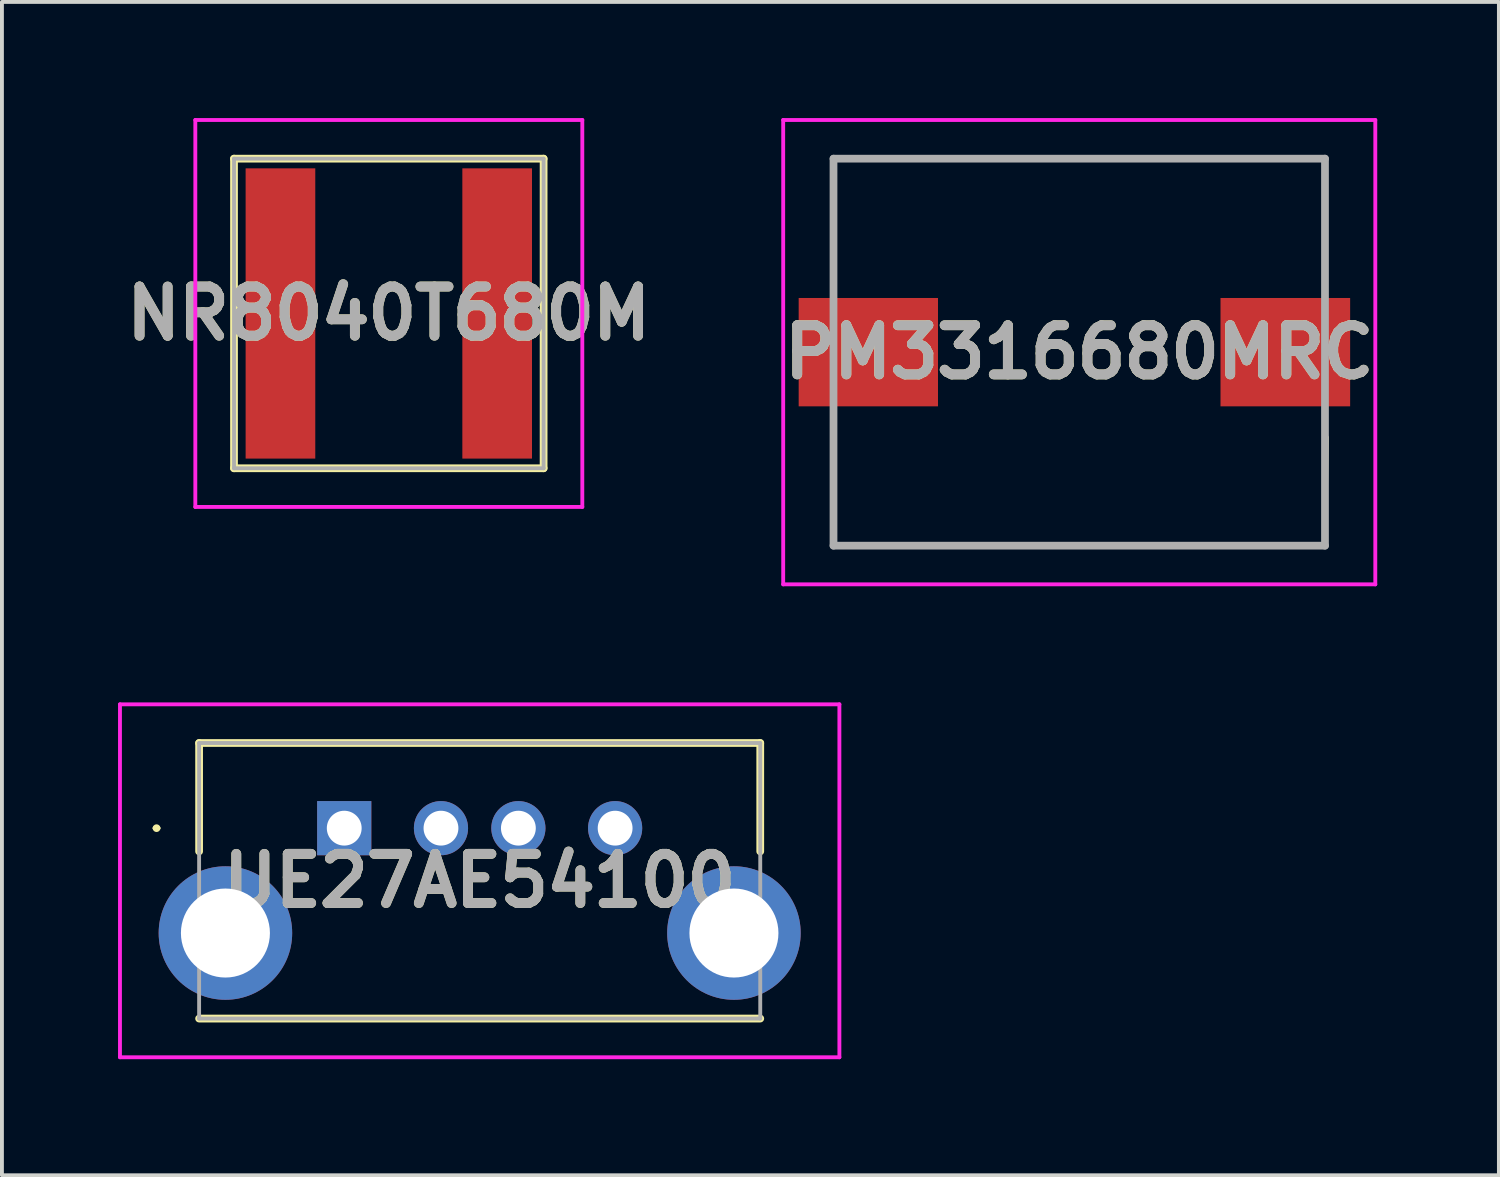
<source format=kicad_pcb>
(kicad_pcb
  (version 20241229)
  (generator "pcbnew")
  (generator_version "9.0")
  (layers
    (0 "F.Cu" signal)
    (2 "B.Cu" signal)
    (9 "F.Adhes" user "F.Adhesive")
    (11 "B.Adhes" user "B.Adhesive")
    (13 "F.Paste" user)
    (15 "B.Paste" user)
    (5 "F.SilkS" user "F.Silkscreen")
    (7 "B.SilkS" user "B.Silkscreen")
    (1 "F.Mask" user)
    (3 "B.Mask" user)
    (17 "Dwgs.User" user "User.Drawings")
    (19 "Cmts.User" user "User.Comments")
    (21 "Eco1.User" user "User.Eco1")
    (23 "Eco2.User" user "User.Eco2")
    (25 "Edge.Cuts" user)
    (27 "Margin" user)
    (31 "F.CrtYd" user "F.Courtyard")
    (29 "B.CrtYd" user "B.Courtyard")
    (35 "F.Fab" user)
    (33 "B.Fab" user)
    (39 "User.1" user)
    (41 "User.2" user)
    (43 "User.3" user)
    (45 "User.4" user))
  (footprint "UE27AE54100"
    (layer "F.Cu")
    (at 5.845 18.35)
    (property "Reference" "UE27AE54100" (at 3.5 1.36 0) (layer "F.SilkS") (effects (font (size 1.27 1.27) (thickness 0.254))))
    (attr through_hole)
    (fp_line (start -4.9 0) (end -4.9 0) (stroke (width 0.1) (type solid)) (layer "F.SilkS"))
    (fp_line (start -4.8 0) (end -4.8 0) (stroke (width 0.1) (type solid)) (layer "F.SilkS"))
    (fp_line (start -3.75 -2.2) (end 10.75 -2.2) (stroke (width 0.2) (type solid)) (layer "F.SilkS"))
    (fp_line (start -3.75 0.6) (end -3.75 -2.2) (stroke (width 0.2) (type solid)) (layer "F.SilkS"))
    (fp_line (start -3.75 4.92) (end 10.75 4.92) (stroke (width 0.2) (type solid)) (layer "F.SilkS"))
    (fp_line (start 10.75 -2.2) (end 10.75 0.6) (stroke (width 0.2) (type solid)) (layer "F.SilkS"))
    (fp_arc (start -4.9 0) (mid -4.85 -0.05) (end -4.8 0) (stroke (width 0.1) (type solid)) (layer "F.SilkS"))
    (fp_arc (start -4.8 0) (mid -4.85 0.05) (end -4.9 0) (stroke (width 0.1) (type solid)) (layer "F.SilkS"))
    (fp_line (start -5.795 -3.2) (end 12.795 -3.2) (stroke (width 0.1) (type solid)) (layer "F.CrtYd"))
    (fp_line (start -5.795 5.92) (end -5.795 -3.2) (stroke (width 0.1) (type solid)) (layer "F.CrtYd"))
    (fp_line (start 12.795 -3.2) (end 12.795 5.92) (stroke (width 0.1) (type solid)) (layer "F.CrtYd"))
    (fp_line (start 12.795 5.92) (end -5.795 5.92) (stroke (width 0.1) (type solid)) (layer "F.CrtYd"))
    (fp_line (start -3.75 -2.2) (end 10.75 -2.2) (stroke (width 0.1) (type solid)) (layer "F.Fab"))
    (fp_line (start -3.75 4.92) (end -3.75 -2.2) (stroke (width 0.1) (type solid)) (layer "F.Fab"))
    (fp_line (start 10.75 -2.2) (end 10.75 4.92) (stroke (width 0.1) (type solid)) (layer "F.Fab"))
    (fp_line (start 10.75 4.92) (end -3.75 4.92) (stroke (width 0.1) (type solid)) (layer "F.Fab"))
    (fp_text user "${REFERENCE}" (at 3.5 1.36 0) (layer "F.Fab") (effects (font (size 1.27 1.27) (thickness 0.254))))
    (pad "1" thru_hole rect (at 0 0) (size 1.4 1.4) (drill 0.9) (layers "*.Cu" "*.Mask"))
    (pad "2" thru_hole circle (at 2.5 0) (size 1.4 1.4) (drill 0.9) (layers "*.Cu" "*.Mask"))
    (pad "3" thru_hole circle (at 4.5 0) (size 1.4 1.4) (drill 0.9) (layers "*.Cu" "*.Mask"))
    (pad "4" thru_hole circle (at 7 0) (size 1.4 1.4) (drill 0.9) (layers "*.Cu" "*.Mask"))
    (pad "MH1" thru_hole circle (at -3.07 2.71) (size 3.45 3.45) (drill 2.3) (layers "*.Cu" "*.Mask"))
    (pad "MH2" thru_hole circle (at 10.07 2.71) (size 3.45 3.45) (drill 2.3) (layers "*.Cu" "*.Mask")))
  (footprint "PM3316680MRC"
    (layer "F.Cu")
    (at 24.838 6.05)
    (property "Reference" "PM3316680MRC" (at 0 0 0) (layer "F.SilkS") (effects (font (size 1.27 1.27) (thickness 0.254))))
    (attr smd)
    (fp_line (start -6.35 -5) (end 6.35 -5) (stroke (width 0.1) (type solid)) (layer "F.SilkS"))
    (fp_line (start -6.35 -2) (end -6.35 -5) (stroke (width 0.1) (type solid)) (layer "F.SilkS"))
    (fp_line (start -6.35 2) (end -6.35 5) (stroke (width 0.1) (type solid)) (layer "F.SilkS"))
    (fp_line (start -6.35 5) (end 6.35 5) (stroke (width 0.1) (type solid)) (layer "F.SilkS"))
    (fp_line (start 6.35 -5) (end 6.35 -2) (stroke (width 0.1) (type solid)) (layer "F.SilkS"))
    (fp_line (start 6.35 5) (end 6.4 2.2) (stroke (width 0.1) (type solid)) (layer "F.SilkS"))
    (fp_line (start -7.65 -6) (end 7.65 -6) (stroke (width 0.1) (type solid)) (layer "F.CrtYd"))
    (fp_line (start -7.65 6) (end -7.65 -6) (stroke (width 0.1) (type solid)) (layer "F.CrtYd"))
    (fp_line (start 7.65 -6) (end 7.65 6) (stroke (width 0.1) (type solid)) (layer "F.CrtYd"))
    (fp_line (start 7.65 6) (end -7.65 6) (stroke (width 0.1) (type solid)) (layer "F.CrtYd"))
    (fp_line (start -6.35 -5) (end 6.35 -5) (stroke (width 0.2) (type solid)) (layer "F.Fab"))
    (fp_line (start -6.35 5) (end -6.35 -5) (stroke (width 0.2) (type solid)) (layer "F.Fab"))
    (fp_line (start 6.35 -5) (end 6.35 5) (stroke (width 0.2) (type solid)) (layer "F.Fab"))
    (fp_line (start 6.35 5) (end -6.35 5) (stroke (width 0.2) (type solid)) (layer "F.Fab"))
    (fp_text user "${REFERENCE}" (at 0 0 0) (layer "F.Fab") (effects (font (size 1.27 1.27) (thickness 0.254))))
    (pad "1" smd rect (at -5.45 0 90) (size 2.8 3.6) (layers "F.Cu" "F.Mask" "F.Paste"))
    (pad "2" smd rect (at 5.325 0 90) (size 2.8 3.35) (layers "F.Cu" "F.Mask" "F.Paste")))
  (footprint "NR8040T680M"
    (layer "F.Cu")
    (at 6.997 5.05)
    (property "Reference" "NR8040T680M" (at 0 0 0) (layer "F.SilkS") (effects (font (size 1.27 1.27) (thickness 0.254))))
    (attr smd)
    (fp_line (start -4 -4) (end 4 -4) (stroke (width 0.2) (type solid)) (layer "F.SilkS"))
    (fp_line (start -4 4) (end -4 -4) (stroke (width 0.2) (type solid)) (layer "F.SilkS"))
    (fp_line (start 4 -4) (end 4 4) (stroke (width 0.2) (type solid)) (layer "F.SilkS"))
    (fp_line (start 4 4) (end -4 4) (stroke (width 0.2) (type solid)) (layer "F.SilkS"))
    (fp_line (start -5 -5) (end 5 -5) (stroke (width 0.1) (type solid)) (layer "F.CrtYd"))
    (fp_line (start -5 5) (end -5 -5) (stroke (width 0.1) (type solid)) (layer "F.CrtYd"))
    (fp_line (start 5 -5) (end 5 5) (stroke (width 0.1) (type solid)) (layer "F.CrtYd"))
    (fp_line (start 5 5) (end -5 5) (stroke (width 0.1) (type solid)) (layer "F.CrtYd"))
    (fp_line (start -4 -4) (end 4 -4) (stroke (width 0.1) (type solid)) (layer "F.Fab"))
    (fp_line (start -4 4) (end -4 -4) (stroke (width 0.1) (type solid)) (layer "F.Fab"))
    (fp_line (start 4 -4) (end 4 4) (stroke (width 0.1) (type solid)) (layer "F.Fab"))
    (fp_line (start 4 4) (end -4 4) (stroke (width 0.1) (type solid)) (layer "F.Fab"))
    (fp_text user "${REFERENCE}" (at 0 0 0) (layer "F.Fab") (effects (font (size 1.27 1.27) (thickness 0.254))))
    (pad "1" smd rect (at -2.8 0) (size 1.8 7.5) (layers "F.Cu" "F.Mask" "F.Paste"))
    (pad "2" smd rect (at 2.8 0) (size 1.8 7.5) (layers "F.Cu" "F.Mask" "F.Paste")))
  (gr_rect
    (start -3 -3)
    (end 35.682 27.32)
    (stroke (width 0.1) (type default))
    (fill no)
    (layer "Edge.Cuts")))
</source>
